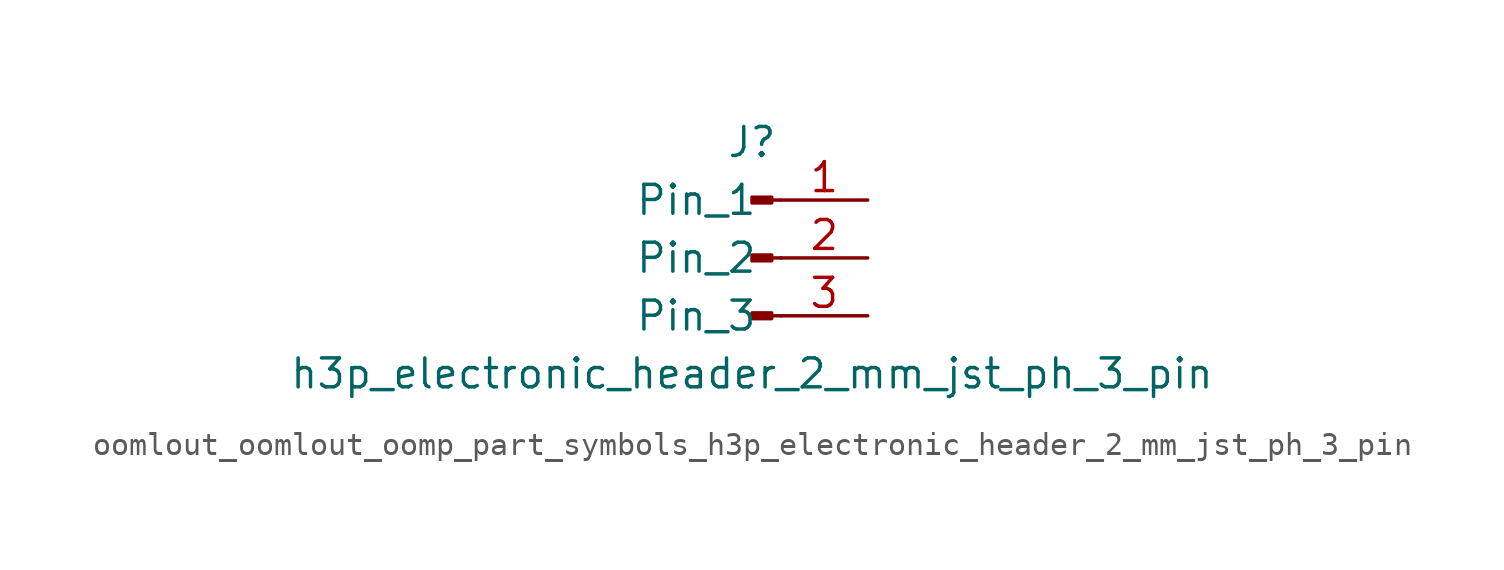
<source format=kicad_sym>
(kicad_symbol_lib
  (version 20220914)
  (generator kicad_symbol_editor)
  (symbol "oomlout_oomlout_oomp_part_symbols_h3p_electronic_header_2_mm_jst_ph_3_pin"
    (pin_names
      (offset 1.016))
    (property "Reference" "J"
      (at 0 5.08 0)
      (effects (font (size 1.27 1.27))))
    (property "Value" "h3p_electronic_header_2_mm_jst_ph_3_pin"
      (at 0 -5.08 0)
      (effects (font (size 1.27 1.27))))
    (property "ki_locked" ""
      (at 0 0 0)
      (effects (font (size 1.27 1.27))))
    (symbol "oomlout_oomlout_oomp_part_symbols_h3p_electronic_header_2_mm_jst_ph_3_pin_1_1"
      (polyline (pts (xy 1.27 -2.54) (xy 0.864 -2.54)) (stroke (width 0.152) (type default)) (fill (type none)))
      (polyline (pts (xy 1.27 0) (xy 0.864 0)) (stroke (width 0.152) (type default)) (fill (type none)))
      (polyline (pts (xy 1.27 2.54) (xy 0.864 2.54)) (stroke (width 0.152) (type default)) (fill (type none)))
      (rectangle (start 0.864 -2.413) (end 0 -2.667) (stroke (width 0.152) (type default)) (fill (type outline)))
      (rectangle (start 0.864 0.127) (end 0 -0.127) (stroke (width 0.152) (type default)) (fill (type outline)))
      (rectangle (start 0.864 2.667) (end 0 2.413) (stroke (width 0.152) (type default)) (fill (type outline)))
      (pin passive line (at 5.08 2.54 180) (length 3.81) (name "Pin_1" (effects (font (size 1.27 1.27)))) (number "1" (effects (font (size 1.27 1.27)))))
      (pin passive line (at 5.08 0 180) (length 3.81) (name "Pin_2" (effects (font (size 1.27 1.27)))) (number "2" (effects (font (size 1.27 1.27)))))
      (pin passive line (at 5.08 -2.54 180) (length 3.81) (name "Pin_3" (effects (font (size 1.27 1.27)))) (number "3" (effects (font (size 1.27 1.27))))))))
</source>
